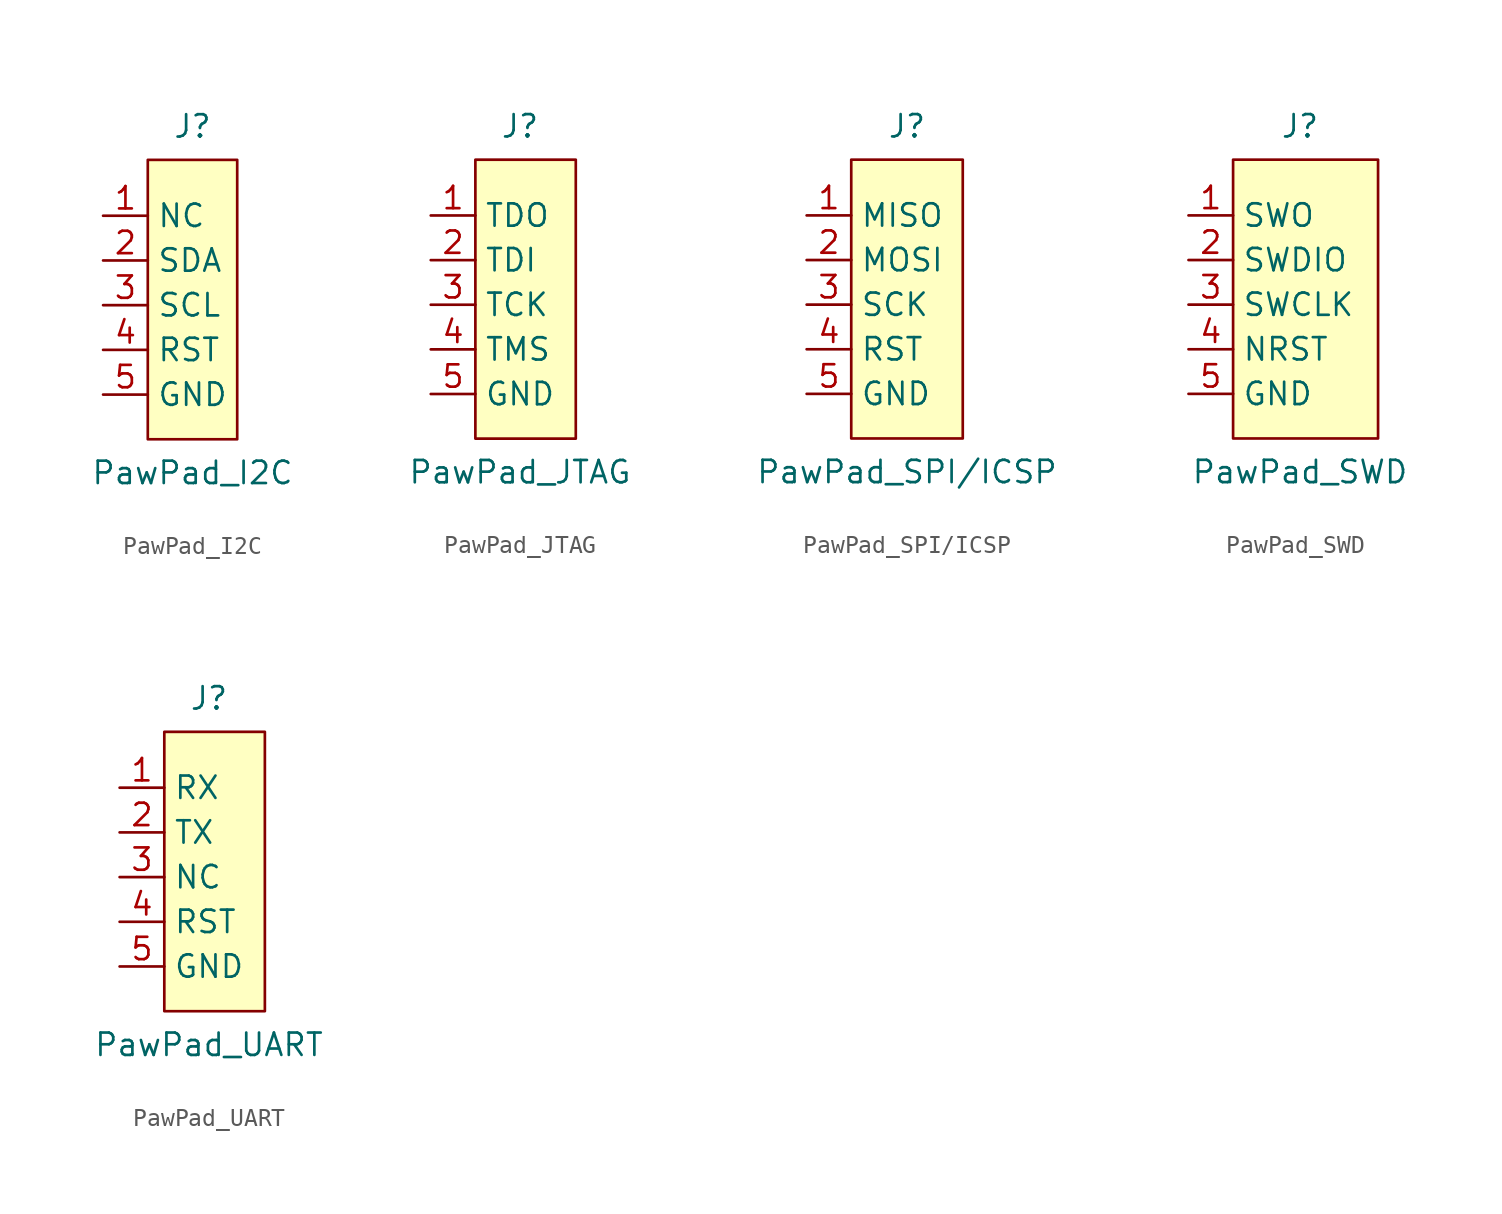
<source format=kicad_sym>
(kicad_symbol_lib
  (version 20220914)
  (generator kicad_symbol_editor)
  (symbol "PawPad_I2C"
    (property "Reference" "J"
      (at 0 10.16 0)
      (effects (font (size 1.27 1.27))))
    (property "Value" "PawPad_I2C"
      (at 0 -9.525 0)
      (effects (font (size 1.27 1.27))))
    (symbol "PawPad_I2C_0_1"
      (rectangle (start -2.54 8.255) (end 2.54 -7.62) (stroke (width 0) (type default)) (fill (type background))))
    (symbol "PawPad_I2C_1_1"
      (pin input line (at -5.08 5.08 0) (length 2.54) (name "NC" (effects (font (size 1.27 1.27)))) (number "1" (effects (font (size 1.27 1.27)))))
      (pin input line (at -5.08 2.54 0) (length 2.54) (name "SDA" (effects (font (size 1.27 1.27)))) (number "2" (effects (font (size 1.27 1.27)))))
      (pin input line (at -5.08 0 0) (length 2.54) (name "SCL" (effects (font (size 1.27 1.27)))) (number "3" (effects (font (size 1.27 1.27)))))
      (pin input line (at -5.08 -2.54 0) (length 2.54) (name "RST" (effects (font (size 1.27 1.27)))) (number "4" (effects (font (size 1.27 1.27)))))
      (pin input line (at -5.08 -5.08 0) (length 2.54) (name "GND" (effects (font (size 1.27 1.27)))) (number "5" (effects (font (size 1.27 1.27)))))))
  (symbol "PawPad_JTAG"
    (property "Reference" "J"
      (at 0 10.16 0)
      (effects (font (size 1.27 1.27))))
    (property "Value" "PawPad_JTAG"
      (at 0 -9.525 0)
      (effects (font (size 1.27 1.27))))
    (symbol "PawPad_JTAG_0_1"
      (rectangle (start -2.54 8.255) (end 3.175 -7.62) (stroke (width 0) (type default)) (fill (type background))))
    (symbol "PawPad_JTAG_1_1"
      (pin input line (at -5.08 5.08 0) (length 2.54) (name "TDO" (effects (font (size 1.27 1.27)))) (number "1" (effects (font (size 1.27 1.27)))))
      (pin input line (at -5.08 2.54 0) (length 2.54) (name "TDI" (effects (font (size 1.27 1.27)))) (number "2" (effects (font (size 1.27 1.27)))))
      (pin input line (at -5.08 0 0) (length 2.54) (name "TCK" (effects (font (size 1.27 1.27)))) (number "3" (effects (font (size 1.27 1.27)))))
      (pin input line (at -5.08 -2.54 0) (length 2.54) (name "TMS" (effects (font (size 1.27 1.27)))) (number "4" (effects (font (size 1.27 1.27)))))
      (pin input line (at -5.08 -5.08 0) (length 2.54) (name "GND" (effects (font (size 1.27 1.27)))) (number "5" (effects (font (size 1.27 1.27)))))))
  (symbol "PawPad_SPI/ICSP"
    (property "Reference" "J"
      (at 0 10.16 0)
      (effects (font (size 1.27 1.27))))
    (property "Value" "PawPad_SPI/ICSP"
      (at 0 -9.525 0)
      (effects (font (size 1.27 1.27))))
    (symbol "PawPad_SPI/ICSP_0_1"
      (rectangle (start -3.175 8.255) (end 3.175 -7.62) (stroke (width 0) (type default)) (fill (type background))))
    (symbol "PawPad_SPI/ICSP_1_1"
      (pin input line (at -5.715 5.08 0) (length 2.54) (name "MISO" (effects (font (size 1.27 1.27)))) (number "1" (effects (font (size 1.27 1.27)))))
      (pin input line (at -5.715 2.54 0) (length 2.54) (name "MOSI" (effects (font (size 1.27 1.27)))) (number "2" (effects (font (size 1.27 1.27)))))
      (pin input line (at -5.715 0 0) (length 2.54) (name "SCK" (effects (font (size 1.27 1.27)))) (number "3" (effects (font (size 1.27 1.27)))))
      (pin input line (at -5.715 -2.54 0) (length 2.54) (name "RST" (effects (font (size 1.27 1.27)))) (number "4" (effects (font (size 1.27 1.27)))))
      (pin input line (at -5.715 -5.08 0) (length 2.54) (name "GND" (effects (font (size 1.27 1.27)))) (number "5" (effects (font (size 1.27 1.27)))))))
  (symbol "PawPad_SWD"
    (property "Reference" "J"
      (at 0 10.16 0)
      (effects (font (size 1.27 1.27))))
    (property "Value" "PawPad_SWD"
      (at 0 -9.525 0)
      (effects (font (size 1.27 1.27))))
    (symbol "PawPad_SWD_0_1"
      (rectangle (start -3.81 8.255) (end 4.445 -7.62) (stroke (width 0) (type default)) (fill (type background))))
    (symbol "PawPad_SWD_1_1"
      (pin input line (at -6.35 5.08 0) (length 2.54) (name "SWO" (effects (font (size 1.27 1.27)))) (number "1" (effects (font (size 1.27 1.27)))))
      (pin input line (at -6.35 2.54 0) (length 2.54) (name "SWDIO" (effects (font (size 1.27 1.27)))) (number "2" (effects (font (size 1.27 1.27)))))
      (pin input line (at -6.35 0 0) (length 2.54) (name "SWCLK" (effects (font (size 1.27 1.27)))) (number "3" (effects (font (size 1.27 1.27)))))
      (pin input line (at -6.35 -2.54 0) (length 2.54) (name "NRST" (effects (font (size 1.27 1.27)))) (number "4" (effects (font (size 1.27 1.27)))))
      (pin input line (at -6.35 -5.08 0) (length 2.54) (name "GND" (effects (font (size 1.27 1.27)))) (number "5" (effects (font (size 1.27 1.27)))))))
  (symbol "PawPad_UART"
    (property "Reference" "J"
      (at 0 10.16 0)
      (effects (font (size 1.27 1.27))))
    (property "Value" "PawPad_UART"
      (at 0 -9.525 0)
      (effects (font (size 1.27 1.27))))
    (symbol "PawPad_UART_0_1"
      (rectangle (start -2.54 8.255) (end 3.175 -7.62) (stroke (width 0) (type default)) (fill (type background))))
    (symbol "PawPad_UART_1_1"
      (pin input line (at -5.08 5.08 0) (length 2.54) (name "RX" (effects (font (size 1.27 1.27)))) (number "1" (effects (font (size 1.27 1.27)))))
      (pin input line (at -5.08 2.54 0) (length 2.54) (name "TX" (effects (font (size 1.27 1.27)))) (number "2" (effects (font (size 1.27 1.27)))))
      (pin input line (at -5.08 0 0) (length 2.54) (name "NC" (effects (font (size 1.27 1.27)))) (number "3" (effects (font (size 1.27 1.27)))))
      (pin input line (at -5.08 -2.54 0) (length 2.54) (name "RST" (effects (font (size 1.27 1.27)))) (number "4" (effects (font (size 1.27 1.27)))))
      (pin input line (at -5.08 -5.08 0) (length 2.54) (name "GND" (effects (font (size 1.27 1.27)))) (number "5" (effects (font (size 1.27 1.27))))))))
</source>
